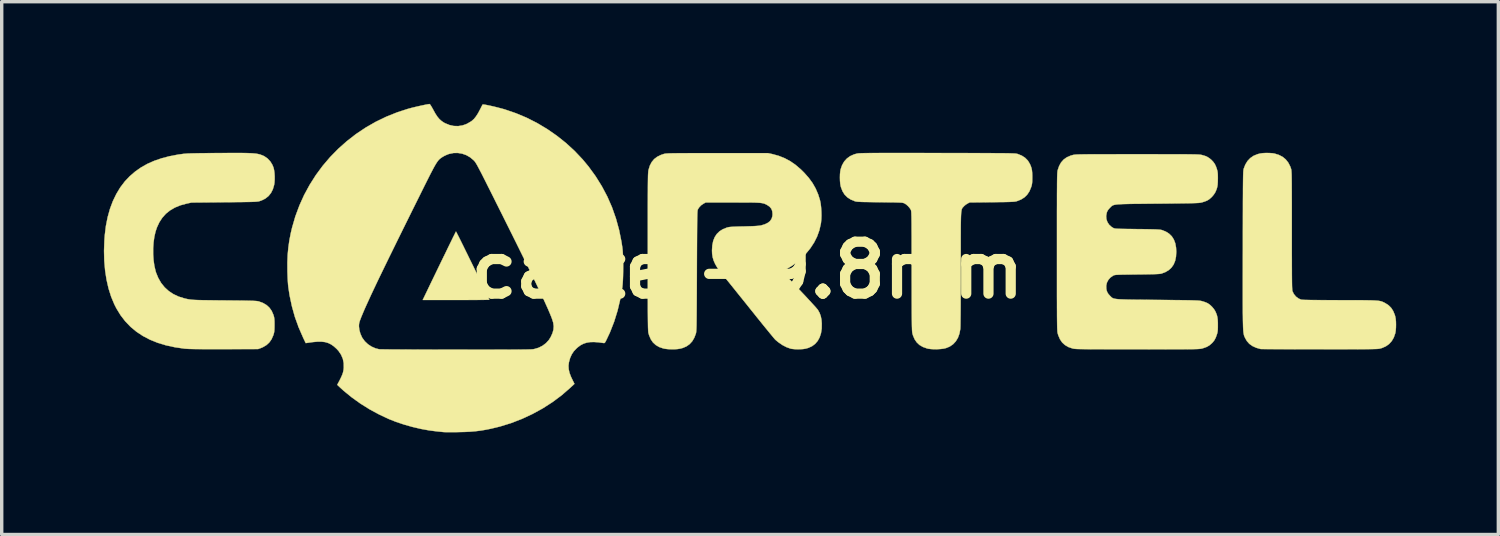
<source format=kicad_pcb>
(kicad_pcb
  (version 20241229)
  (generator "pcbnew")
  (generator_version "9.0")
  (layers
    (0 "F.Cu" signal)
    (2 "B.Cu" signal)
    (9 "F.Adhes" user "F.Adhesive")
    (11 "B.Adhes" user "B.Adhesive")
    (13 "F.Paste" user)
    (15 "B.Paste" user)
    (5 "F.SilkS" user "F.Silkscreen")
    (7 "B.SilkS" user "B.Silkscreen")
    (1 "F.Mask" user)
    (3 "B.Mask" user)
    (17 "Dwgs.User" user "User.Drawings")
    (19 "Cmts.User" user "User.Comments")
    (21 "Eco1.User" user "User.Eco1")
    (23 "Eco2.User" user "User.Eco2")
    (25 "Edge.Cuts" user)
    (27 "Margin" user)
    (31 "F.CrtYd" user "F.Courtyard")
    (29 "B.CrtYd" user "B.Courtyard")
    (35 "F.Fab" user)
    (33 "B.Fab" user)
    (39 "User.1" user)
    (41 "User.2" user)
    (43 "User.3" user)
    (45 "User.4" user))
  (footprint "cartel-9.8mm"
    (layer "F.Cu")
    (at 18.898 4.882)
    (property "Reference" "cartel-9.8mm" (at 0 0 0) (layer "F.SilkS") (effects (font (size 1.524 1.524) (thickness 0.3))))
    (attr through_hole)
    (fp_poly (pts (xy -8.554 -1.124) (xy -8.537 -1.093) (xy -8.512 -1.043) (xy -8.478 -0.977) (xy -8.437 -0.895) (xy -8.39 -0.8) (xy -8.338 -0.695) (xy -8.282 -0.58) (xy -8.222 -0.459) (xy -8.16 -0.332) (xy -8.096 -0.202) (xy -8.032 -0.072) (xy -7.969 0.058) (xy -7.907 0.185) (xy -7.848 0.307) (xy -7.793 0.422) (xy -7.741 0.528) (xy -7.696 0.624) (xy -7.656 0.706) (xy -7.624 0.774) (xy -7.6 0.825) (xy -7.586 0.857) (xy -7.582 0.868) (xy -7.594 0.87) (xy -7.63 0.871) (xy -7.687 0.872) (xy -7.764 0.873) (xy -7.859 0.874) (xy -7.969 0.875) (xy -8.093 0.875) (xy -8.229 0.876) (xy -8.375 0.876) (xy -8.529 0.876) (xy -8.559 0.876) (xy -9.536 0.876) (xy -9.418 0.632) (xy -9.332 0.452) (xy -9.246 0.274) (xy -9.162 0.101) (xy -9.081 -0.067) (xy -9.003 -0.228) (xy -8.929 -0.38) (xy -8.859 -0.523) (xy -8.796 -0.654) (xy -8.738 -0.773) (xy -8.687 -0.877) (xy -8.644 -0.966) (xy -8.608 -1.037) (xy -8.582 -1.09) (xy -8.566 -1.123) (xy -8.56 -1.134) (xy -8.554 -1.124)) (stroke (width 0.01) (type solid)) (fill yes) (layer "F.SilkS"))
    (fp_poly (pts (xy -14.896 -3.44) (xy -14.786 -3.439) (xy -14.691 -3.437) (xy -14.61 -3.434) (xy -14.542 -3.431) (xy -14.484 -3.426) (xy -14.434 -3.421) (xy -14.392 -3.414) (xy -14.354 -3.406) (xy -14.319 -3.397) (xy -14.297 -3.391) (xy -14.187 -3.344) (xy -14.091 -3.277) (xy -14.011 -3.191) (xy -13.949 -3.09) (xy -13.918 -3.013) (xy -13.901 -2.942) (xy -13.889 -2.854) (xy -13.883 -2.757) (xy -13.883 -2.66) (xy -13.889 -2.569) (xy -13.899 -2.503) (xy -13.936 -2.376) (xy -13.991 -2.267) (xy -14.063 -2.177) (xy -14.153 -2.104) (xy -14.262 -2.049) (xy -14.332 -2.025) (xy -14.348 -2.02) (xy -14.368 -2.017) (xy -14.392 -2.014) (xy -14.423 -2.011) (xy -14.463 -2.008) (xy -14.513 -2.006) (xy -14.575 -2.004) (xy -14.652 -2.002) (xy -14.744 -2.001) (xy -14.853 -1.999) (xy -14.982 -1.998) (xy -15.132 -1.996) (xy -15.305 -1.994) (xy -15.367 -1.994) (xy -16.326 -1.985) (xy -16.472 -1.953) (xy -16.652 -1.904) (xy -16.812 -1.838) (xy -16.953 -1.756) (xy -17.076 -1.658) (xy -17.181 -1.541) (xy -17.269 -1.407) (xy -17.34 -1.254) (xy -17.381 -1.132) (xy -17.416 -0.981) (xy -17.439 -0.816) (xy -17.451 -0.642) (xy -17.451 -0.464) (xy -17.439 -0.29) (xy -17.415 -0.124) (xy -17.38 0.026) (xy -17.368 0.067) (xy -17.302 0.229) (xy -17.218 0.375) (xy -17.116 0.502) (xy -16.996 0.612) (xy -16.859 0.703) (xy -16.705 0.776) (xy -16.548 0.825) (xy -16.508 0.835) (xy -16.47 0.844) (xy -16.434 0.852) (xy -16.396 0.858) (xy -16.355 0.864) (xy -16.309 0.869) (xy -16.256 0.873) (xy -16.194 0.876) (xy -16.12 0.879) (xy -16.033 0.881) (xy -15.93 0.883) (xy -15.81 0.884) (xy -15.67 0.886) (xy -15.509 0.888) (xy -15.354 0.889) (xy -15.176 0.891) (xy -15.021 0.892) (xy -14.888 0.894) (xy -14.775 0.895) (xy -14.679 0.897) (xy -14.6 0.899) (xy -14.536 0.9) (xy -14.484 0.903) (xy -14.442 0.905) (xy -14.41 0.908) (xy -14.385 0.911) (xy -14.365 0.915) (xy -14.348 0.919) (xy -14.345 0.92) (xy -14.222 0.966) (xy -14.119 1.027) (xy -14.036 1.104) (xy -13.97 1.198) (xy -13.921 1.31) (xy -13.916 1.327) (xy -13.904 1.366) (xy -13.897 1.403) (xy -13.892 1.446) (xy -13.889 1.498) (xy -13.888 1.567) (xy -13.888 1.613) (xy -13.889 1.691) (xy -13.891 1.75) (xy -13.895 1.795) (xy -13.901 1.833) (xy -13.91 1.87) (xy -13.923 1.911) (xy -13.973 2.026) (xy -14.039 2.121) (xy -14.123 2.199) (xy -14.227 2.261) (xy -14.289 2.287) (xy -14.37 2.317) (xy -15.373 2.32) (xy -15.575 2.32) (xy -15.752 2.32) (xy -15.907 2.32) (xy -16.042 2.319) (xy -16.157 2.318) (xy -16.255 2.317) (xy -16.337 2.315) (xy -16.405 2.313) (xy -16.46 2.31) (xy -16.504 2.307) (xy -16.529 2.305) (xy -16.811 2.264) (xy -17.074 2.207) (xy -17.319 2.133) (xy -17.544 2.042) (xy -17.752 1.933) (xy -17.942 1.807) (xy -18.114 1.664) (xy -18.269 1.503) (xy -18.407 1.324) (xy -18.528 1.127) (xy -18.591 1.003) (xy -18.684 0.781) (xy -18.76 0.541) (xy -18.819 0.284) (xy -18.861 0.013) (xy -18.886 -0.273) (xy -18.893 -0.571) (xy -18.882 -0.879) (xy -18.871 -1.029) (xy -18.838 -1.299) (xy -18.787 -1.556) (xy -18.719 -1.799) (xy -18.634 -2.026) (xy -18.532 -2.237) (xy -18.415 -2.431) (xy -18.283 -2.605) (xy -18.14 -2.756) (xy -17.98 -2.894) (xy -17.808 -3.015) (xy -17.622 -3.12) (xy -17.421 -3.209) (xy -17.203 -3.284) (xy -16.967 -3.346) (xy -16.712 -3.394) (xy -16.586 -3.411) (xy -16.549 -3.416) (xy -16.507 -3.419) (xy -16.457 -3.423) (xy -16.398 -3.426) (xy -16.327 -3.428) (xy -16.244 -3.43) (xy -16.144 -3.432) (xy -16.028 -3.434) (xy -15.892 -3.435) (xy -15.734 -3.437) (xy -15.554 -3.438) (xy -15.537 -3.438) (xy -15.344 -3.439) (xy -15.174 -3.44) (xy -15.025 -3.44) (xy -14.896 -3.44)) (stroke (width 0.01) (type solid)) (fill yes) (layer "F.SilkS"))
    (fp_poly (pts (xy 15.319 -3.439) (xy 15.411 -3.433) (xy 15.474 -3.423) (xy 15.6 -3.384) (xy 15.711 -3.327) (xy 15.804 -3.251) (xy 15.879 -3.156) (xy 15.937 -3.043) (xy 15.96 -2.977) (xy 15.964 -2.965) (xy 15.966 -2.952) (xy 15.969 -2.935) (xy 15.971 -2.913) (xy 15.973 -2.885) (xy 15.975 -2.85) (xy 15.977 -2.807) (xy 15.978 -2.754) (xy 15.979 -2.689) (xy 15.98 -2.613) (xy 15.981 -2.522) (xy 15.981 -2.416) (xy 15.982 -2.294) (xy 15.982 -2.155) (xy 15.983 -1.996) (xy 15.983 -1.817) (xy 15.983 -1.616) (xy 15.983 -1.393) (xy 15.983 -1.168) (xy 15.983 -0.918) (xy 15.983 -0.692) (xy 15.983 -0.488) (xy 15.984 -0.307) (xy 15.984 -0.146) (xy 15.985 -0.004) (xy 15.985 0.119) (xy 15.986 0.226) (xy 15.987 0.316) (xy 15.988 0.392) (xy 15.989 0.455) (xy 15.991 0.506) (xy 15.993 0.546) (xy 15.995 0.575) (xy 15.997 0.597) (xy 15.999 0.611) (xy 16.001 0.616) (xy 16.043 0.702) (xy 16.104 0.776) (xy 16.18 0.833) (xy 16.249 0.863) (xy 16.263 0.867) (xy 16.289 0.869) (xy 16.326 0.872) (xy 16.376 0.874) (xy 16.441 0.875) (xy 16.523 0.877) (xy 16.621 0.878) (xy 16.739 0.879) (xy 16.876 0.88) (xy 17.035 0.881) (xy 17.217 0.881) (xy 17.392 0.882) (xy 17.59 0.882) (xy 17.765 0.882) (xy 17.918 0.883) (xy 18.051 0.883) (xy 18.165 0.885) (xy 18.262 0.886) (xy 18.345 0.888) (xy 18.414 0.891) (xy 18.471 0.895) (xy 18.519 0.899) (xy 18.559 0.905) (xy 18.592 0.912) (xy 18.621 0.92) (xy 18.647 0.93) (xy 18.671 0.941) (xy 18.697 0.953) (xy 18.724 0.968) (xy 18.735 0.974) (xy 18.826 1.034) (xy 18.901 1.109) (xy 18.961 1.203) (xy 19.007 1.316) (xy 19.019 1.359) (xy 19.032 1.426) (xy 19.04 1.509) (xy 19.042 1.601) (xy 19.04 1.694) (xy 19.033 1.779) (xy 19.022 1.848) (xy 19.02 1.854) (xy 18.977 1.978) (xy 18.916 2.083) (xy 18.837 2.17) (xy 18.742 2.237) (xy 18.631 2.286) (xy 18.557 2.306) (xy 18.541 2.308) (xy 18.519 2.311) (xy 18.489 2.313) (xy 18.451 2.315) (xy 18.402 2.316) (xy 18.342 2.318) (xy 18.27 2.319) (xy 18.184 2.32) (xy 18.082 2.321) (xy 17.964 2.321) (xy 17.829 2.322) (xy 17.675 2.322) (xy 17.501 2.323) (xy 17.305 2.323) (xy 17.087 2.323) (xy 16.845 2.322) (xy 16.783 2.322) (xy 16.578 2.322) (xy 16.379 2.322) (xy 16.189 2.322) (xy 16.008 2.321) (xy 15.839 2.321) (xy 15.682 2.32) (xy 15.54 2.32) (xy 15.414 2.319) (xy 15.305 2.319) (xy 15.214 2.318) (xy 15.144 2.317) (xy 15.096 2.317) (xy 15.072 2.316) (xy 15.069 2.316) (xy 14.937 2.279) (xy 14.826 2.228) (xy 14.735 2.163) (xy 14.663 2.081) (xy 14.616 2) (xy 14.607 1.981) (xy 14.599 1.964) (xy 14.591 1.947) (xy 14.584 1.929) (xy 14.578 1.909) (xy 14.573 1.885) (xy 14.568 1.858) (xy 14.563 1.826) (xy 14.559 1.787) (xy 14.556 1.74) (xy 14.553 1.685) (xy 14.551 1.62) (xy 14.549 1.543) (xy 14.547 1.455) (xy 14.546 1.354) (xy 14.544 1.239) (xy 14.544 1.108) (xy 14.543 0.96) (xy 14.543 0.795) (xy 14.543 0.611) (xy 14.543 0.407) (xy 14.543 0.182) (xy 14.544 -0.065) (xy 14.544 -0.335) (xy 14.545 -0.598) (xy 14.545 -0.882) (xy 14.545 -1.143) (xy 14.546 -1.38) (xy 14.546 -1.596) (xy 14.547 -1.79) (xy 14.547 -1.965) (xy 14.548 -2.121) (xy 14.549 -2.259) (xy 14.549 -2.381) (xy 14.55 -2.488) (xy 14.551 -2.58) (xy 14.552 -2.66) (xy 14.553 -2.727) (xy 14.554 -2.784) (xy 14.556 -2.83) (xy 14.557 -2.868) (xy 14.559 -2.899) (xy 14.561 -2.923) (xy 14.563 -2.942) (xy 14.566 -2.957) (xy 14.568 -2.969) (xy 14.57 -2.976) (xy 14.618 -3.1) (xy 14.682 -3.205) (xy 14.763 -3.29) (xy 14.86 -3.357) (xy 14.974 -3.404) (xy 15.046 -3.423) (xy 15.126 -3.435) (xy 15.22 -3.44) (xy 15.319 -3.439)) (stroke (width 0.01) (type solid)) (fill yes) (layer "F.SilkS"))
    (fp_poly (pts (xy 4.588 -3.44) (xy 4.803 -3.44) (xy 5.039 -3.44) (xy 5.299 -3.439) (xy 5.582 -3.439) (xy 5.863 -3.438) (xy 6.121 -3.438) (xy 6.355 -3.438) (xy 6.568 -3.437) (xy 6.76 -3.437) (xy 6.931 -3.436) (xy 7.085 -3.436) (xy 7.221 -3.435) (xy 7.34 -3.434) (xy 7.445 -3.434) (xy 7.535 -3.433) (xy 7.612 -3.432) (xy 7.678 -3.431) (xy 7.733 -3.429) (xy 7.779 -3.428) (xy 7.816 -3.426) (xy 7.846 -3.425) (xy 7.87 -3.423) (xy 7.889 -3.42) (xy 7.904 -3.418) (xy 7.917 -3.415) (xy 7.928 -3.412) (xy 7.939 -3.409) (xy 7.939 -3.409) (xy 8.056 -3.361) (xy 8.154 -3.297) (xy 8.233 -3.216) (xy 8.291 -3.12) (xy 8.291 -3.12) (xy 8.319 -3.056) (xy 8.339 -2.996) (xy 8.352 -2.933) (xy 8.359 -2.861) (xy 8.362 -2.773) (xy 8.362 -2.718) (xy 8.361 -2.641) (xy 8.359 -2.583) (xy 8.354 -2.538) (xy 8.347 -2.498) (xy 8.336 -2.458) (xy 8.328 -2.435) (xy 8.279 -2.316) (xy 8.214 -2.218) (xy 8.133 -2.138) (xy 8.034 -2.075) (xy 7.916 -2.028) (xy 7.905 -2.024) (xy 7.885 -2.019) (xy 7.862 -2.015) (xy 7.833 -2.011) (xy 7.796 -2.008) (xy 7.749 -2.006) (xy 7.688 -2.003) (xy 7.614 -2.001) (xy 7.521 -1.999) (xy 7.41 -1.998) (xy 7.277 -1.996) (xy 7.176 -1.995) (xy 6.521 -1.988) (xy 6.456 -1.953) (xy 6.409 -1.923) (xy 6.364 -1.885) (xy 6.346 -1.866) (xy 6.334 -1.852) (xy 6.323 -1.841) (xy 6.313 -1.829) (xy 6.305 -1.816) (xy 6.297 -1.801) (xy 6.29 -1.783) (xy 6.285 -1.759) (xy 6.28 -1.729) (xy 6.275 -1.692) (xy 6.272 -1.645) (xy 6.269 -1.588) (xy 6.267 -1.52) (xy 6.265 -1.439) (xy 6.263 -1.343) (xy 6.262 -1.232) (xy 6.262 -1.105) (xy 6.261 -0.959) (xy 6.261 -0.793) (xy 6.261 -0.607) (xy 6.261 -0.399) (xy 6.261 -0.167) (xy 6.261 -0.039) (xy 6.261 0.194) (xy 6.261 0.415) (xy 6.26 0.624) (xy 6.259 0.818) (xy 6.259 0.997) (xy 6.258 1.159) (xy 6.257 1.303) (xy 6.255 1.429) (xy 6.254 1.534) (xy 6.253 1.619) (xy 6.251 1.68) (xy 6.249 1.718) (xy 6.249 1.726) (xy 6.223 1.865) (xy 6.179 1.986) (xy 6.117 2.089) (xy 6.038 2.174) (xy 5.942 2.241) (xy 5.832 2.287) (xy 5.763 2.304) (xy 5.676 2.315) (xy 5.579 2.321) (xy 5.48 2.322) (xy 5.386 2.317) (xy 5.306 2.307) (xy 5.273 2.299) (xy 5.153 2.256) (xy 5.052 2.198) (xy 4.971 2.122) (xy 4.907 2.029) (xy 4.86 1.918) (xy 4.843 1.858) (xy 4.84 1.844) (xy 4.838 1.827) (xy 4.835 1.804) (xy 4.833 1.776) (xy 4.831 1.741) (xy 4.83 1.697) (xy 4.828 1.644) (xy 4.827 1.579) (xy 4.826 1.502) (xy 4.825 1.411) (xy 4.824 1.306) (xy 4.823 1.184) (xy 4.823 1.044) (xy 4.822 0.886) (xy 4.822 0.707) (xy 4.822 0.507) (xy 4.821 0.284) (xy 4.821 0.038) (xy 4.821 0.025) (xy 4.821 -0.221) (xy 4.821 -0.444) (xy 4.82 -0.644) (xy 4.82 -0.822) (xy 4.82 -0.98) (xy 4.819 -1.119) (xy 4.818 -1.24) (xy 4.818 -1.345) (xy 4.817 -1.434) (xy 4.816 -1.51) (xy 4.815 -1.572) (xy 4.813 -1.624) (xy 4.812 -1.665) (xy 4.81 -1.697) (xy 4.808 -1.722) (xy 4.805 -1.741) (xy 4.803 -1.754) (xy 4.8 -1.764) (xy 4.798 -1.768) (xy 4.763 -1.825) (xy 4.713 -1.882) (xy 4.656 -1.932) (xy 4.612 -1.958) (xy 4.599 -1.965) (xy 4.585 -1.97) (xy 4.569 -1.975) (xy 4.549 -1.979) (xy 4.522 -1.982) (xy 4.486 -1.984) (xy 4.439 -1.986) (xy 4.378 -1.988) (xy 4.303 -1.99) (xy 4.209 -1.991) (xy 4.095 -1.992) (xy 3.96 -1.994) (xy 3.886 -1.995) (xy 3.737 -1.996) (xy 3.611 -1.998) (xy 3.505 -2) (xy 3.419 -2.001) (xy 3.349 -2.003) (xy 3.293 -2.006) (xy 3.249 -2.008) (xy 3.215 -2.011) (xy 3.189 -2.015) (xy 3.168 -2.019) (xy 3.15 -2.024) (xy 3.15 -2.025) (xy 3.031 -2.074) (xy 2.932 -2.138) (xy 2.852 -2.218) (xy 2.791 -2.316) (xy 2.746 -2.432) (xy 2.735 -2.473) (xy 2.723 -2.543) (xy 2.716 -2.628) (xy 2.714 -2.722) (xy 2.716 -2.814) (xy 2.724 -2.897) (xy 2.735 -2.959) (xy 2.778 -3.083) (xy 2.839 -3.189) (xy 2.918 -3.277) (xy 3.014 -3.347) (xy 3.127 -3.398) (xy 3.213 -3.422) (xy 3.227 -3.424) (xy 3.243 -3.427) (xy 3.263 -3.429) (xy 3.288 -3.431) (xy 3.319 -3.432) (xy 3.358 -3.434) (xy 3.405 -3.435) (xy 3.462 -3.436) (xy 3.529 -3.437) (xy 3.608 -3.438) (xy 3.7 -3.439) (xy 3.806 -3.439) (xy 3.928 -3.44) (xy 4.065 -3.44) (xy 4.221 -3.44) (xy 4.395 -3.44) (xy 4.588 -3.44)) (stroke (width 0.01) (type solid)) (fill yes) (layer "F.SilkS"))
    (fp_poly (pts (xy 0.737 -3.406) (xy 0.92 -3.355) (xy 1.093 -3.286) (xy 1.257 -3.198) (xy 1.415 -3.088) (xy 1.57 -2.955) (xy 1.659 -2.867) (xy 1.796 -2.713) (xy 1.91 -2.557) (xy 2.002 -2.395) (xy 2.076 -2.222) (xy 2.129 -2.051) (xy 2.148 -1.959) (xy 2.161 -1.849) (xy 2.169 -1.73) (xy 2.172 -1.608) (xy 2.168 -1.492) (xy 2.158 -1.388) (xy 2.153 -1.359) (xy 2.109 -1.167) (xy 2.043 -0.985) (xy 1.955 -0.81) (xy 1.844 -0.641) (xy 1.709 -0.476) (xy 1.658 -0.422) (xy 1.502 -0.275) (xy 1.34 -0.15) (xy 1.174 -0.048) (xy 1.152 -0.037) (xy 1.099 -0.01) (xy 1.057 0.014) (xy 1.029 0.031) (xy 1.019 0.039) (xy 1.019 0.039) (xy 1.028 0.05) (xy 1.053 0.077) (xy 1.093 0.119) (xy 1.145 0.175) (xy 1.209 0.242) (xy 1.282 0.319) (xy 1.363 0.405) (xy 1.451 0.498) (xy 1.522 0.573) (xy 1.616 0.672) (xy 1.706 0.767) (xy 1.789 0.857) (xy 1.865 0.939) (xy 1.932 1.012) (xy 1.988 1.073) (xy 2.03 1.122) (xy 2.058 1.155) (xy 2.068 1.168) (xy 2.118 1.258) (xy 2.152 1.353) (xy 2.173 1.46) (xy 2.181 1.563) (xy 2.179 1.716) (xy 2.158 1.853) (xy 2.118 1.974) (xy 2.061 2.078) (xy 1.986 2.165) (xy 1.895 2.233) (xy 1.786 2.283) (xy 1.703 2.306) (xy 1.632 2.317) (xy 1.547 2.322) (xy 1.457 2.323) (xy 1.371 2.319) (xy 1.297 2.311) (xy 1.265 2.304) (xy 1.149 2.263) (xy 1.029 2.201) (xy 0.909 2.119) (xy 0.821 2.046) (xy 0.805 2.029) (xy 0.775 1.994) (xy 0.732 1.942) (xy 0.676 1.875) (xy 0.61 1.794) (xy 0.534 1.701) (xy 0.45 1.598) (xy 0.359 1.485) (xy 0.262 1.365) (xy 0.161 1.238) (xy 0.084 1.143) (xy -0.021 1.011) (xy -0.125 0.882) (xy -0.224 0.759) (xy -0.318 0.642) (xy -0.405 0.533) (xy -0.484 0.435) (xy -0.554 0.348) (xy -0.613 0.276) (xy -0.66 0.218) (xy -0.693 0.178) (xy -0.707 0.162) (xy -0.806 0.039) (xy -0.886 -0.072) (xy -0.947 -0.177) (xy -0.992 -0.277) (xy -1.022 -0.377) (xy -1.038 -0.48) (xy -1.042 -0.578) (xy -1.033 -0.726) (xy -1.007 -0.856) (xy -0.963 -0.968) (xy -0.901 -1.062) (xy -0.82 -1.141) (xy -0.721 -1.203) (xy -0.616 -1.245) (xy -0.59 -1.253) (xy -0.563 -1.26) (xy -0.534 -1.265) (xy -0.498 -1.269) (xy -0.452 -1.272) (xy -0.394 -1.275) (xy -0.319 -1.278) (xy -0.226 -1.281) (xy -0.111 -1.283) (xy -0.108 -1.283) (xy 0.023 -1.287) (xy 0.13 -1.29) (xy 0.217 -1.294) (xy 0.286 -1.299) (xy 0.34 -1.304) (xy 0.381 -1.31) (xy 0.399 -1.313) (xy 0.509 -1.346) (xy 0.597 -1.389) (xy 0.663 -1.442) (xy 0.707 -1.506) (xy 0.731 -1.583) (xy 0.736 -1.647) (xy 0.727 -1.734) (xy 0.699 -1.805) (xy 0.649 -1.864) (xy 0.577 -1.913) (xy 0.574 -1.915) (xy 0.547 -1.929) (xy 0.521 -1.941) (xy 0.496 -1.952) (xy 0.468 -1.96) (xy 0.436 -1.967) (xy 0.397 -1.973) (xy 0.351 -1.978) (xy 0.294 -1.981) (xy 0.224 -1.984) (xy 0.14 -1.986) (xy 0.039 -1.987) (xy -0.08 -1.987) (xy -0.22 -1.987) (xy -0.383 -1.988) (xy -1.226 -1.988) (xy -1.29 -1.953) (xy -1.362 -1.904) (xy -1.423 -1.839) (xy -1.459 -1.779) (xy -1.462 -1.771) (xy -1.464 -1.759) (xy -1.467 -1.742) (xy -1.469 -1.719) (xy -1.471 -1.689) (xy -1.473 -1.65) (xy -1.474 -1.6) (xy -1.476 -1.54) (xy -1.477 -1.467) (xy -1.478 -1.381) (xy -1.479 -1.279) (xy -1.48 -1.161) (xy -1.481 -1.026) (xy -1.482 -0.871) (xy -1.483 -0.697) (xy -1.484 -0.502) (xy -1.485 -0.283) (xy -1.486 -0.042) (xy -1.486 0.025) (xy -1.487 0.273) (xy -1.488 0.497) (xy -1.489 0.697) (xy -1.49 0.876) (xy -1.491 1.035) (xy -1.492 1.175) (xy -1.493 1.298) (xy -1.494 1.404) (xy -1.495 1.495) (xy -1.496 1.572) (xy -1.497 1.637) (xy -1.499 1.691) (xy -1.501 1.734) (xy -1.503 1.77) (xy -1.505 1.798) (xy -1.507 1.819) (xy -1.51 1.837) (xy -1.513 1.851) (xy -1.515 1.861) (xy -1.562 1.985) (xy -1.623 2.089) (xy -1.7 2.173) (xy -1.792 2.238) (xy -1.901 2.285) (xy -1.978 2.305) (xy -2.054 2.317) (xy -2.144 2.323) (xy -2.241 2.323) (xy -2.336 2.319) (xy -2.421 2.309) (xy -2.474 2.298) (xy -2.593 2.257) (xy -2.693 2.198) (xy -2.775 2.123) (xy -2.84 2.028) (xy -2.888 1.915) (xy -2.905 1.857) (xy -2.908 1.846) (xy -2.911 1.832) (xy -2.913 1.814) (xy -2.915 1.793) (xy -2.917 1.765) (xy -2.918 1.731) (xy -2.92 1.689) (xy -2.921 1.639) (xy -2.922 1.578) (xy -2.923 1.506) (xy -2.924 1.421) (xy -2.925 1.324) (xy -2.926 1.211) (xy -2.926 1.083) (xy -2.926 0.938) (xy -2.927 0.776) (xy -2.927 0.594) (xy -2.927 0.392) (xy -2.927 0.169) (xy -2.927 -0.077) (xy -2.927 -0.346) (xy -2.927 -0.54) (xy -2.927 -0.825) (xy -2.927 -1.086) (xy -2.927 -1.323) (xy -2.927 -1.539) (xy -2.927 -1.734) (xy -2.927 -1.909) (xy -2.926 -2.066) (xy -2.926 -2.205) (xy -2.925 -2.327) (xy -2.925 -2.435) (xy -2.924 -2.528) (xy -2.923 -2.608) (xy -2.922 -2.677) (xy -2.921 -2.735) (xy -2.92 -2.783) (xy -2.918 -2.823) (xy -2.916 -2.856) (xy -2.914 -2.882) (xy -2.912 -2.903) (xy -2.91 -2.921) (xy -2.907 -2.936) (xy -2.904 -2.949) (xy -2.904 -2.949) (xy -2.866 -3.071) (xy -2.812 -3.174) (xy -2.741 -3.26) (xy -2.652 -3.328) (xy -2.543 -3.382) (xy -2.451 -3.413) (xy -2.437 -3.416) (xy -2.422 -3.419) (xy -2.403 -3.422) (xy -2.379 -3.424) (xy -2.349 -3.426) (xy -2.311 -3.428) (xy -2.265 -3.43) (xy -2.207 -3.431) (xy -2.138 -3.432) (xy -2.056 -3.433) (xy -1.959 -3.434) (xy -1.845 -3.434) (xy -1.714 -3.435) (xy -1.564 -3.435) (xy -1.393 -3.435) (xy -1.201 -3.435) (xy -0.985 -3.435) (xy -0.883 -3.435) (xy 0.603 -3.435) (xy 0.737 -3.406)) (stroke (width 0.01) (type solid)) (fill yes) (layer "F.SilkS"))
    (fp_poly (pts (xy -9.321 -4.866) (xy -9.299 -4.834) (xy -9.268 -4.783) (xy -9.231 -4.717) (xy -9.22 -4.696) (xy -9.161 -4.59) (xy -9.104 -4.504) (xy -9.046 -4.435) (xy -8.984 -4.38) (xy -8.915 -4.333) (xy -8.882 -4.315) (xy -8.755 -4.262) (xy -8.625 -4.233) (xy -8.494 -4.229) (xy -8.365 -4.25) (xy -8.24 -4.295) (xy -8.119 -4.365) (xy -8.094 -4.383) (xy -8.032 -4.438) (xy -7.971 -4.514) (xy -7.909 -4.611) (xy -7.849 -4.724) (xy -7.822 -4.777) (xy -7.8 -4.821) (xy -7.784 -4.851) (xy -7.777 -4.863) (xy -7.761 -4.864) (xy -7.724 -4.86) (xy -7.67 -4.851) (xy -7.602 -4.837) (xy -7.523 -4.82) (xy -7.438 -4.801) (xy -7.35 -4.779) (xy -7.262 -4.756) (xy -7.178 -4.734) (xy -7.12 -4.717) (xy -6.799 -4.607) (xy -6.484 -4.475) (xy -6.178 -4.32) (xy -5.882 -4.143) (xy -5.599 -3.947) (xy -5.33 -3.733) (xy -5.077 -3.501) (xy -4.842 -3.253) (xy -4.667 -3.042) (xy -4.46 -2.758) (xy -4.277 -2.464) (xy -4.116 -2.16) (xy -3.978 -1.845) (xy -3.863 -1.518) (xy -3.77 -1.18) (xy -3.7 -0.83) (xy -3.674 -0.66) (xy -3.665 -0.575) (xy -3.658 -0.469) (xy -3.653 -0.347) (xy -3.65 -0.216) (xy -3.65 -0.08) (xy -3.651 0.056) (xy -3.654 0.187) (xy -3.659 0.308) (xy -3.666 0.413) (xy -3.674 0.495) (xy -3.734 0.848) (xy -3.815 1.189) (xy -3.917 1.517) (xy -4.04 1.831) (xy -4.142 2.048) (xy -4.166 2.095) (xy -4.184 2.124) (xy -4.198 2.138) (xy -4.213 2.141) (xy -4.226 2.14) (xy -4.377 2.119) (xy -4.508 2.11) (xy -4.623 2.113) (xy -4.725 2.13) (xy -4.816 2.16) (xy -4.901 2.204) (xy -4.982 2.264) (xy -5.017 2.295) (xy -5.099 2.381) (xy -5.16 2.473) (xy -5.207 2.576) (xy -5.212 2.593) (xy -5.243 2.704) (xy -5.256 2.808) (xy -5.25 2.909) (xy -5.227 3.014) (xy -5.184 3.127) (xy -5.155 3.188) (xy -5.081 3.339) (xy -5.211 3.46) (xy -5.461 3.677) (xy -5.73 3.877) (xy -6.015 4.06) (xy -6.313 4.223) (xy -6.622 4.367) (xy -6.94 4.49) (xy -7.264 4.59) (xy -7.368 4.616) (xy -7.535 4.656) (xy -7.69 4.687) (xy -7.839 4.712) (xy -7.986 4.73) (xy -8.14 4.743) (xy -8.307 4.751) (xy -8.491 4.755) (xy -8.509 4.756) (xy -8.605 4.757) (xy -8.694 4.757) (xy -8.773 4.757) (xy -8.839 4.757) (xy -8.887 4.756) (xy -8.914 4.755) (xy -8.915 4.755) (xy -8.946 4.752) (xy -8.995 4.747) (xy -9.054 4.741) (xy -9.106 4.736) (xy -9.342 4.706) (xy -9.59 4.661) (xy -9.842 4.602) (xy -10.092 4.531) (xy -10.332 4.45) (xy -10.527 4.373) (xy -10.813 4.239) (xy -11.093 4.088) (xy -11.362 3.92) (xy -11.615 3.739) (xy -11.851 3.547) (xy -11.957 3.451) (xy -12.046 3.367) (xy -11.978 3.239) (xy -11.932 3.146) (xy -11.898 3.069) (xy -11.875 2.999) (xy -11.861 2.932) (xy -11.854 2.864) (xy -11.856 2.729) (xy -11.882 2.601) (xy -11.933 2.483) (xy -12.007 2.373) (xy -12.064 2.311) (xy -12.146 2.237) (xy -12.227 2.18) (xy -12.312 2.139) (xy -12.404 2.112) (xy -12.507 2.1) (xy -12.625 2.1) (xy -12.76 2.112) (xy -12.813 2.119) (xy -12.971 2.142) (xy -13.044 1.989) (xy -13.177 1.685) (xy -13.189 1.651) (xy -11.409 1.651) (xy -11.397 1.755) (xy -11.367 1.864) (xy -11.321 1.968) (xy -11.309 1.99) (xy -11.236 2.089) (xy -11.145 2.175) (xy -11.039 2.245) (xy -10.923 2.296) (xy -10.816 2.323) (xy -10.796 2.324) (xy -10.753 2.325) (xy -10.686 2.326) (xy -10.599 2.327) (xy -10.491 2.329) (xy -10.365 2.33) (xy -10.221 2.33) (xy -10.061 2.331) (xy -9.887 2.332) (xy -9.699 2.333) (xy -9.5 2.334) (xy -9.29 2.334) (xy -9.07 2.335) (xy -8.843 2.335) (xy -8.609 2.335) (xy -8.556 2.335) (xy -8.276 2.335) (xy -8.02 2.336) (xy -7.788 2.336) (xy -7.577 2.336) (xy -7.387 2.335) (xy -7.217 2.335) (xy -7.066 2.335) (xy -6.931 2.334) (xy -6.814 2.334) (xy -6.711 2.333) (xy -6.622 2.332) (xy -6.546 2.331) (xy -6.482 2.33) (xy -6.428 2.329) (xy -6.384 2.327) (xy -6.348 2.326) (xy -6.319 2.324) (xy -6.296 2.322) (xy -6.278 2.319) (xy -6.264 2.317) (xy -6.135 2.279) (xy -6.018 2.22) (xy -5.916 2.143) (xy -5.83 2.048) (xy -5.776 1.961) (xy -5.726 1.85) (xy -5.697 1.746) (xy -5.69 1.645) (xy -5.704 1.541) (xy -5.736 1.438) (xy -5.762 1.369) (xy -5.793 1.293) (xy -5.829 1.208) (xy -5.87 1.113) (xy -5.918 1.007) (xy -5.971 0.89) (xy -6.031 0.76) (xy -6.099 0.617) (xy -6.174 0.46) (xy -6.257 0.287) (xy -6.348 0.099) (xy -6.448 -0.106) (xy -6.558 -0.329) (xy -6.677 -0.57) (xy -6.806 -0.831) (xy -6.946 -1.113) (xy -7.097 -1.415) (xy -7.183 -1.589) (xy -7.293 -1.808) (xy -7.392 -2.006) (xy -7.48 -2.183) (xy -7.559 -2.341) (xy -7.63 -2.481) (xy -7.692 -2.605) (xy -7.746 -2.712) (xy -7.793 -2.806) (xy -7.834 -2.885) (xy -7.87 -2.953) (xy -7.9 -3.01) (xy -7.925 -3.057) (xy -7.947 -3.096) (xy -7.965 -3.127) (xy -7.981 -3.152) (xy -7.994 -3.172) (xy -8.006 -3.188) (xy -8.017 -3.202) (xy -8.028 -3.214) (xy -8.04 -3.226) (xy -8.041 -3.227) (xy -8.142 -3.312) (xy -8.255 -3.377) (xy -8.376 -3.42) (xy -8.502 -3.441) (xy -8.63 -3.44) (xy -8.756 -3.414) (xy -8.783 -3.406) (xy -8.842 -3.382) (xy -8.904 -3.353) (xy -8.954 -3.324) (xy -8.958 -3.322) (xy -8.984 -3.304) (xy -9.009 -3.287) (xy -9.031 -3.269) (xy -9.053 -3.249) (xy -9.075 -3.225) (xy -9.098 -3.196) (xy -9.123 -3.16) (xy -9.151 -3.116) (xy -9.182 -3.063) (xy -9.218 -2.998) (xy -9.259 -2.92) (xy -9.307 -2.829) (xy -9.361 -2.722) (xy -9.424 -2.597) (xy -9.495 -2.455) (xy -9.576 -2.292) (xy -9.648 -2.146) (xy -9.821 -1.799) (xy -9.982 -1.473) (xy -10.133 -1.168) (xy -10.273 -0.884) (xy -10.403 -0.619) (xy -10.524 -0.373) (xy -10.635 -0.145) (xy -10.737 0.065) (xy -10.831 0.259) (xy -10.916 0.437) (xy -10.993 0.6) (xy -11.063 0.749) (xy -11.125 0.885) (xy -11.181 1.007) (xy -11.231 1.118) (xy -11.274 1.217) (xy -11.311 1.306) (xy -11.344 1.385) (xy -11.358 1.422) (xy -11.382 1.486) (xy -11.397 1.534) (xy -11.405 1.575) (xy -11.408 1.617) (xy -11.409 1.651) (xy -13.189 1.651) (xy -13.288 1.378) (xy -13.376 1.064) (xy -13.445 0.74) (xy -13.482 0.495) (xy -13.489 0.431) (xy -13.495 0.348) (xy -13.501 0.25) (xy -13.505 0.144) (xy -13.509 0.036) (xy -13.509 0.013) (xy -13.51 -0.228) (xy -13.501 -0.451) (xy -13.481 -0.665) (xy -13.451 -0.875) (xy -13.409 -1.09) (xy -13.372 -1.247) (xy -13.276 -1.578) (xy -13.157 -1.898) (xy -13.017 -2.208) (xy -12.855 -2.506) (xy -12.674 -2.791) (xy -12.473 -3.063) (xy -12.254 -3.32) (xy -12.017 -3.562) (xy -11.764 -3.787) (xy -11.496 -3.995) (xy -11.212 -4.185) (xy -10.916 -4.355) (xy -10.606 -4.505) (xy -10.284 -4.634) (xy -9.982 -4.732) (xy -9.92 -4.749) (xy -9.846 -4.769) (xy -9.763 -4.789) (xy -9.677 -4.809) (xy -9.592 -4.828) (xy -9.512 -4.845) (xy -9.441 -4.86) (xy -9.384 -4.87) (xy -9.345 -4.876) (xy -9.334 -4.877) (xy -9.321 -4.866)) (stroke (width 0.01) (type solid)) (fill yes) (layer "F.SilkS"))
    (fp_poly (pts (xy 11.699 -3.404) (xy 11.925 -3.404) (xy 12.129 -3.403) (xy 12.31 -3.403) (xy 12.472 -3.403) (xy 12.615 -3.403) (xy 12.74 -3.402) (xy 12.849 -3.402) (xy 12.942 -3.401) (xy 13.022 -3.4) (xy 13.09 -3.399) (xy 13.146 -3.398) (xy 13.193 -3.396) (xy 13.231 -3.395) (xy 13.261 -3.393) (xy 13.286 -3.391) (xy 13.306 -3.388) (xy 13.323 -3.385) (xy 13.338 -3.382) (xy 13.351 -3.379) (xy 13.438 -3.353) (xy 13.509 -3.321) (xy 13.571 -3.28) (xy 13.623 -3.236) (xy 13.679 -3.176) (xy 13.722 -3.115) (xy 13.756 -3.044) (xy 13.781 -2.972) (xy 13.793 -2.93) (xy 13.802 -2.891) (xy 13.807 -2.848) (xy 13.81 -2.795) (xy 13.811 -2.726) (xy 13.811 -2.686) (xy 13.809 -2.588) (xy 13.804 -2.508) (xy 13.793 -2.441) (xy 13.776 -2.381) (xy 13.751 -2.32) (xy 13.733 -2.281) (xy 13.69 -2.215) (xy 13.633 -2.148) (xy 13.569 -2.09) (xy 13.514 -2.053) (xy 13.47 -2.032) (xy 13.412 -2.011) (xy 13.355 -1.993) (xy 13.352 -1.992) (xy 13.334 -1.988) (xy 13.317 -1.984) (xy 13.297 -1.98) (xy 13.273 -1.977) (xy 13.244 -1.974) (xy 13.208 -1.972) (xy 13.164 -1.97) (xy 13.109 -1.968) (xy 13.042 -1.966) (xy 12.962 -1.964) (xy 12.866 -1.963) (xy 12.754 -1.961) (xy 12.624 -1.96) (xy 12.473 -1.958) (xy 12.3 -1.956) (xy 12.105 -1.954) (xy 12.052 -1.954) (xy 11.842 -1.952) (xy 11.656 -1.95) (xy 11.492 -1.948) (xy 11.349 -1.947) (xy 11.226 -1.945) (xy 11.119 -1.942) (xy 11.029 -1.94) (xy 10.953 -1.936) (xy 10.891 -1.933) (xy 10.84 -1.928) (xy 10.798 -1.922) (xy 10.765 -1.915) (xy 10.739 -1.907) (xy 10.718 -1.897) (xy 10.7 -1.886) (xy 10.685 -1.873) (xy 10.67 -1.859) (xy 10.654 -1.842) (xy 10.643 -1.831) (xy 10.599 -1.783) (xy 10.57 -1.739) (xy 10.55 -1.691) (xy 10.548 -1.685) (xy 10.531 -1.591) (xy 10.538 -1.499) (xy 10.568 -1.412) (xy 10.618 -1.335) (xy 10.688 -1.271) (xy 10.735 -1.242) (xy 10.747 -1.235) (xy 10.76 -1.23) (xy 10.776 -1.225) (xy 10.796 -1.222) (xy 10.823 -1.218) (xy 10.859 -1.216) (xy 10.907 -1.214) (xy 10.969 -1.212) (xy 11.046 -1.211) (xy 11.142 -1.209) (xy 11.258 -1.208) (xy 11.396 -1.206) (xy 11.443 -1.205) (xy 11.593 -1.204) (xy 11.721 -1.202) (xy 11.827 -1.2) (xy 11.914 -1.198) (xy 11.985 -1.196) (xy 12.041 -1.193) (xy 12.084 -1.19) (xy 12.118 -1.187) (xy 12.143 -1.183) (xy 12.163 -1.178) (xy 12.165 -1.178) (xy 12.282 -1.132) (xy 12.38 -1.07) (xy 12.459 -0.993) (xy 12.519 -0.898) (xy 12.561 -0.787) (xy 12.584 -0.658) (xy 12.59 -0.54) (xy 12.582 -0.397) (xy 12.556 -0.272) (xy 12.512 -0.165) (xy 12.449 -0.075) (xy 12.368 -0.000375) (xy 12.267 0.059) (xy 12.16 0.099) (xy 12.141 0.104) (xy 12.115 0.108) (xy 12.08 0.111) (xy 12.033 0.114) (xy 11.973 0.117) (xy 11.898 0.119) (xy 11.804 0.121) (xy 11.691 0.123) (xy 11.557 0.125) (xy 11.443 0.126) (xy 11.297 0.128) (xy 11.175 0.129) (xy 11.073 0.131) (xy 10.991 0.132) (xy 10.924 0.134) (xy 10.873 0.136) (xy 10.833 0.138) (xy 10.803 0.141) (xy 10.781 0.145) (xy 10.764 0.149) (xy 10.751 0.154) (xy 10.739 0.16) (xy 10.735 0.162) (xy 10.655 0.218) (xy 10.594 0.288) (xy 10.552 0.37) (xy 10.533 0.459) (xy 10.536 0.552) (xy 10.548 0.605) (xy 10.568 0.654) (xy 10.595 0.698) (xy 10.637 0.745) (xy 10.643 0.752) (xy 10.66 0.769) (xy 10.676 0.785) (xy 10.691 0.799) (xy 10.707 0.811) (xy 10.725 0.822) (xy 10.748 0.831) (xy 10.777 0.838) (xy 10.813 0.845) (xy 10.858 0.85) (xy 10.914 0.855) (xy 10.982 0.858) (xy 11.063 0.861) (xy 11.159 0.864) (xy 11.272 0.866) (xy 11.403 0.868) (xy 11.554 0.869) (xy 11.727 0.871) (xy 11.922 0.873) (xy 12.052 0.874) (xy 12.254 0.876) (xy 12.432 0.878) (xy 12.588 0.88) (xy 12.724 0.881) (xy 12.84 0.883) (xy 12.94 0.884) (xy 13.024 0.886) (xy 13.094 0.888) (xy 13.151 0.89) (xy 13.198 0.892) (xy 13.236 0.894) (xy 13.267 0.897) (xy 13.291 0.9) (xy 13.312 0.903) (xy 13.33 0.907) (xy 13.348 0.912) (xy 13.352 0.913) (xy 13.409 0.93) (xy 13.467 0.952) (xy 13.512 0.972) (xy 13.514 0.973) (xy 13.577 1.017) (xy 13.64 1.076) (xy 13.696 1.143) (xy 13.733 1.202) (xy 13.762 1.266) (xy 13.784 1.326) (xy 13.798 1.388) (xy 13.807 1.459) (xy 13.811 1.546) (xy 13.811 1.607) (xy 13.811 1.685) (xy 13.809 1.745) (xy 13.805 1.792) (xy 13.798 1.832) (xy 13.788 1.872) (xy 13.781 1.892) (xy 13.75 1.979) (xy 13.714 2.049) (xy 13.669 2.11) (xy 13.633 2.148) (xy 13.559 2.211) (xy 13.473 2.258) (xy 13.371 2.294) (xy 13.353 2.299) (xy 13.339 2.302) (xy 13.324 2.306) (xy 13.307 2.308) (xy 13.288 2.311) (xy 13.263 2.313) (xy 13.233 2.315) (xy 13.196 2.317) (xy 13.15 2.318) (xy 13.095 2.32) (xy 13.028 2.321) (xy 12.95 2.321) (xy 12.858 2.322) (xy 12.751 2.323) (xy 12.627 2.323) (xy 12.487 2.323) (xy 12.327 2.323) (xy 12.148 2.324) (xy 11.947 2.324) (xy 11.724 2.323) (xy 11.476 2.323) (xy 11.444 2.323) (xy 11.193 2.323) (xy 10.967 2.323) (xy 10.763 2.323) (xy 10.581 2.323) (xy 10.419 2.322) (xy 10.276 2.322) (xy 10.15 2.322) (xy 10.041 2.321) (xy 9.947 2.32) (xy 9.867 2.319) (xy 9.799 2.318) (xy 9.743 2.317) (xy 9.696 2.316) (xy 9.658 2.314) (xy 9.627 2.312) (xy 9.603 2.31) (xy 9.583 2.307) (xy 9.566 2.304) (xy 9.552 2.301) (xy 9.54 2.298) (xy 9.421 2.257) (xy 9.321 2.198) (xy 9.239 2.123) (xy 9.175 2.028) (xy 9.126 1.915) (xy 9.109 1.857) (xy 9.106 1.846) (xy 9.104 1.832) (xy 9.101 1.814) (xy 9.099 1.793) (xy 9.098 1.765) (xy 9.096 1.731) (xy 9.094 1.689) (xy 9.093 1.639) (xy 9.092 1.578) (xy 9.091 1.506) (xy 9.09 1.421) (xy 9.089 1.324) (xy 9.089 1.211) (xy 9.088 1.083) (xy 9.088 0.938) (xy 9.087 0.776) (xy 9.087 0.594) (xy 9.087 0.392) (xy 9.087 0.169) (xy 9.087 -0.077) (xy 9.087 -0.346) (xy 9.087 -0.54) (xy 9.087 -0.825) (xy 9.087 -1.086) (xy 9.087 -1.325) (xy 9.087 -1.541) (xy 9.087 -1.736) (xy 9.088 -1.911) (xy 9.088 -2.068) (xy 9.088 -2.207) (xy 9.089 -2.329) (xy 9.09 -2.437) (xy 9.09 -2.53) (xy 9.091 -2.61) (xy 9.092 -2.678) (xy 9.093 -2.736) (xy 9.095 -2.784) (xy 9.096 -2.823) (xy 9.098 -2.854) (xy 9.1 -2.88) (xy 9.102 -2.9) (xy 9.104 -2.916) (xy 9.107 -2.929) (xy 9.109 -2.937) (xy 9.151 -3.059) (xy 9.208 -3.162) (xy 9.282 -3.246) (xy 9.374 -3.312) (xy 9.485 -3.361) (xy 9.545 -3.378) (xy 9.559 -3.382) (xy 9.574 -3.385) (xy 9.591 -3.388) (xy 9.611 -3.39) (xy 9.635 -3.393) (xy 9.666 -3.395) (xy 9.703 -3.396) (xy 9.749 -3.398) (xy 9.804 -3.399) (xy 9.871 -3.4) (xy 9.95 -3.401) (xy 10.042 -3.402) (xy 10.15 -3.402) (xy 10.274 -3.403) (xy 10.415 -3.403) (xy 10.575 -3.403) (xy 10.755 -3.403) (xy 10.956 -3.404) (xy 11.18 -3.404) (xy 11.429 -3.404) (xy 11.449 -3.404) (xy 11.699 -3.404)) (stroke (width 0.01) (type solid)) (fill yes) (layer "F.SilkS")))
  (gr_rect
    (start -3 -3)
    (end 40.945 12.644)
    (stroke (width 0.1) (type default))
    (fill no)
    (layer "Edge.Cuts")))
</source>
